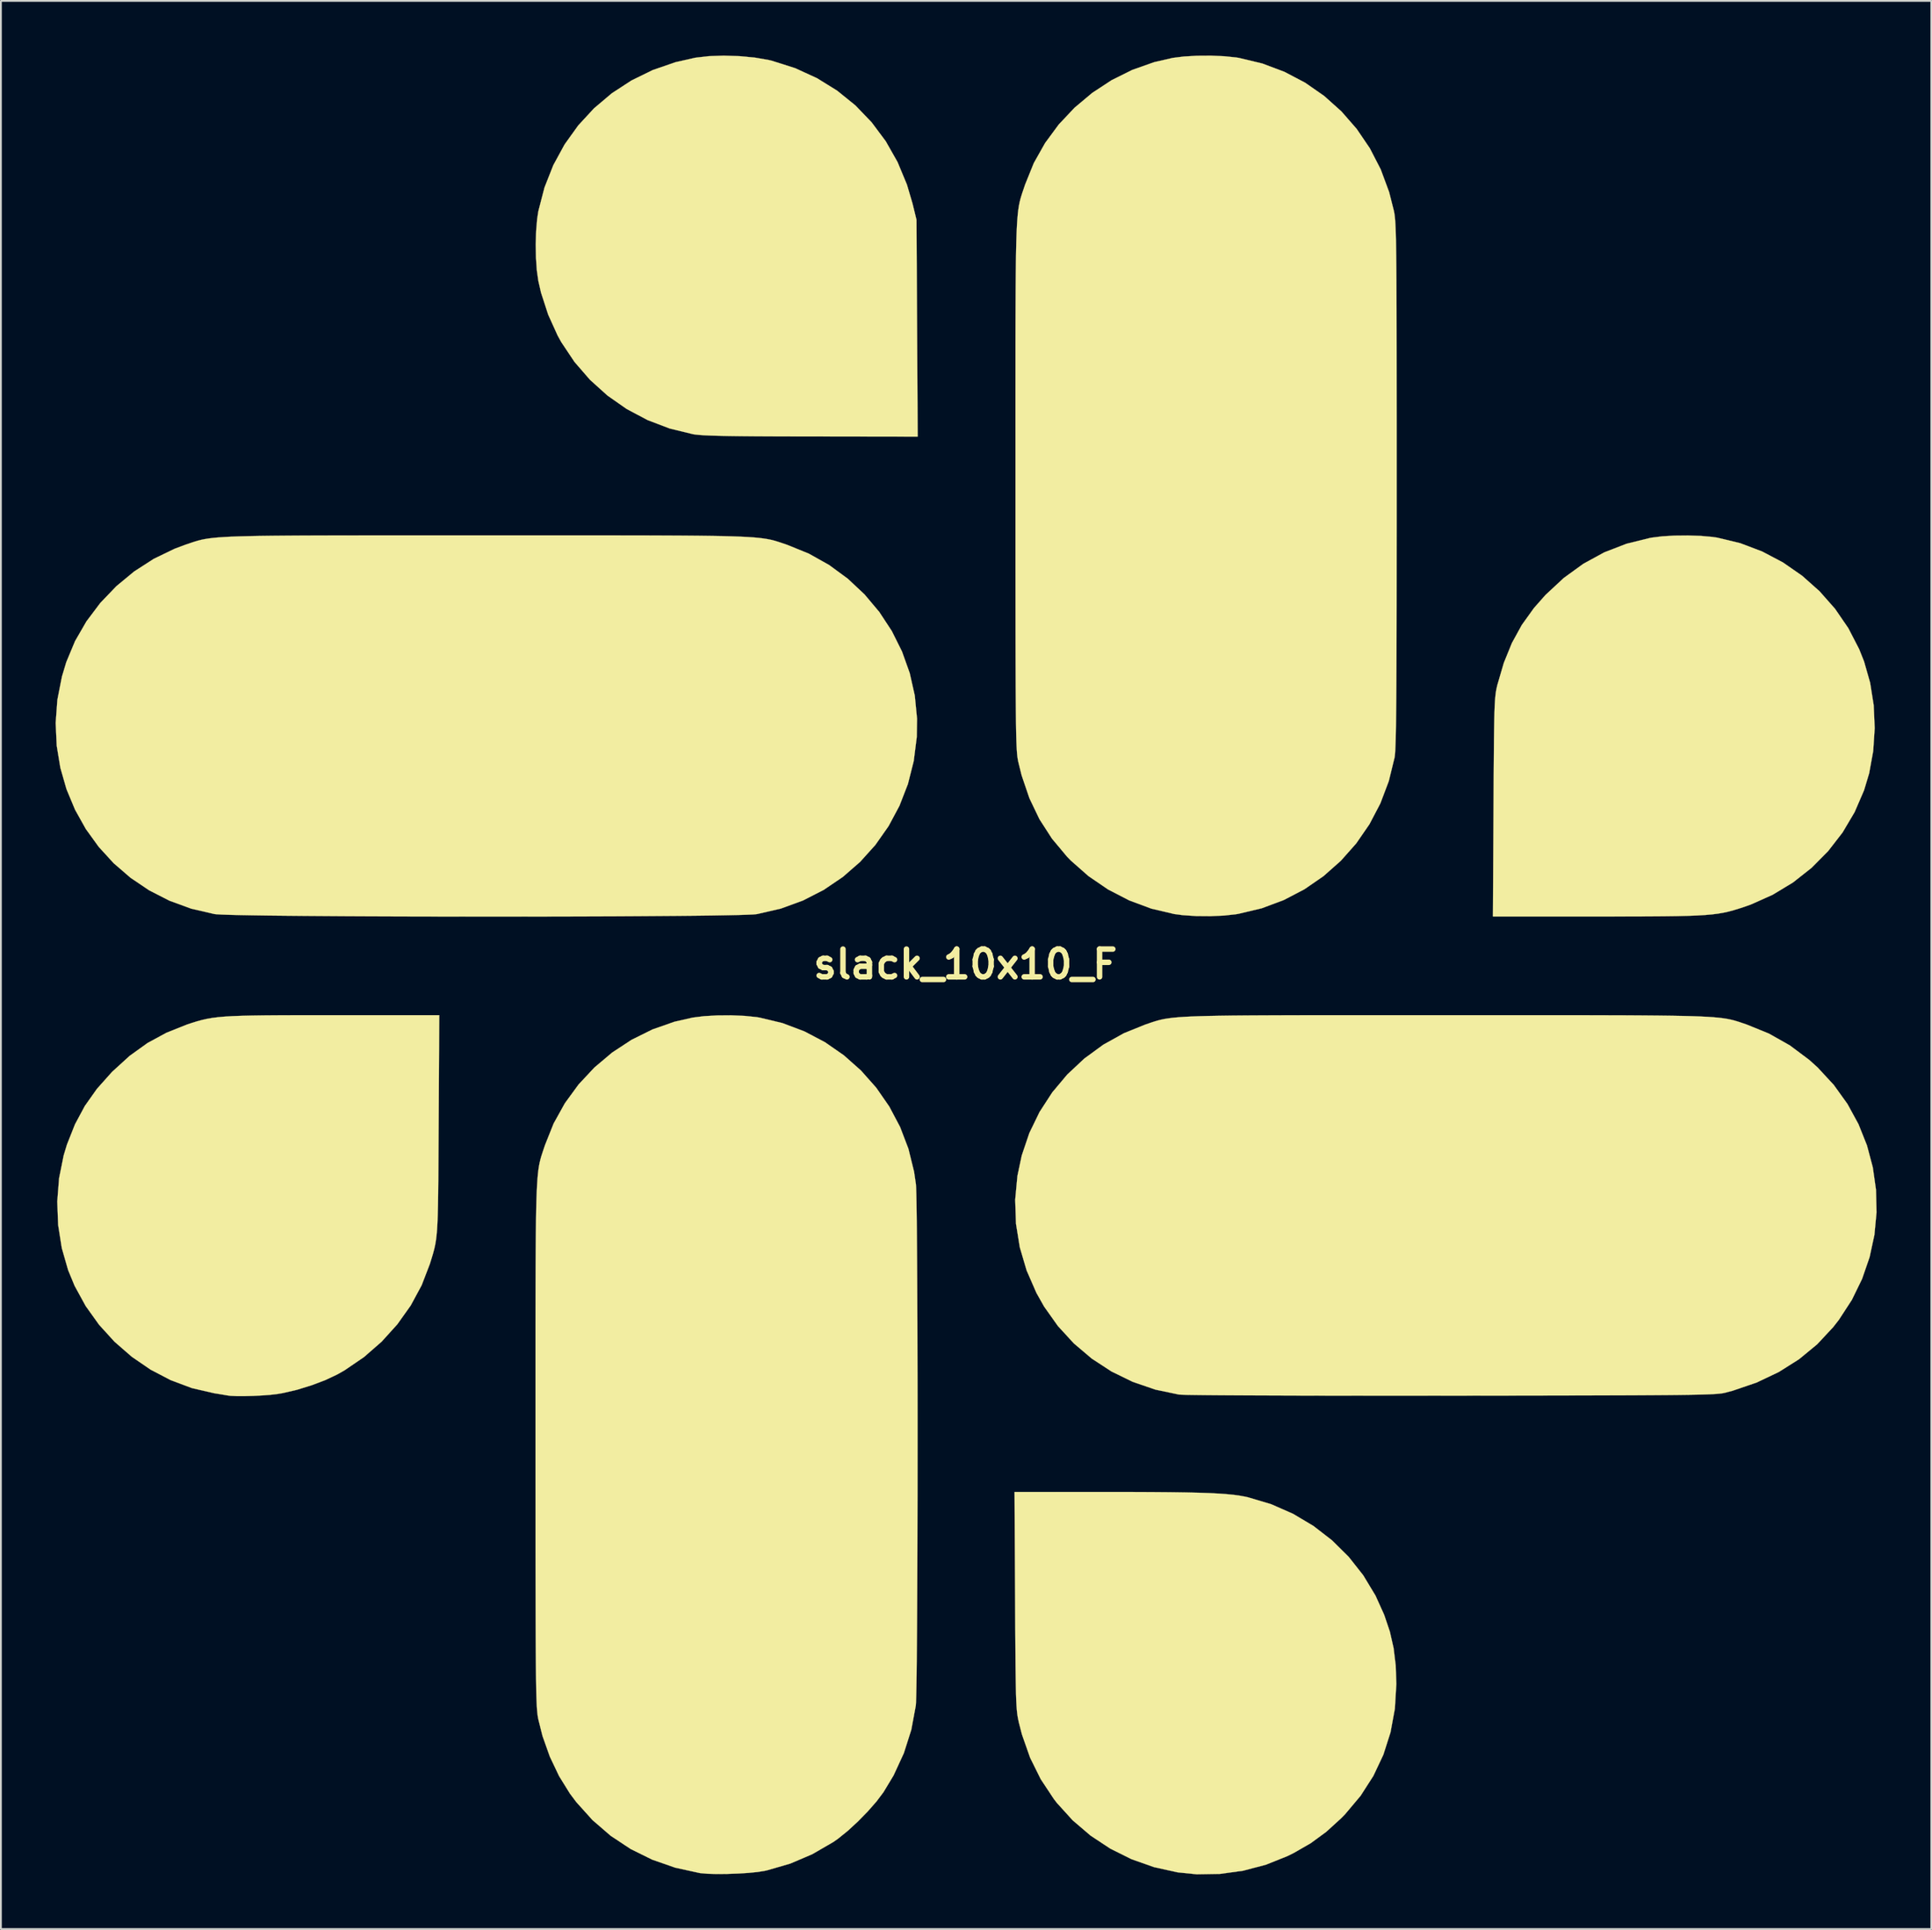
<source format=kicad_pcb>
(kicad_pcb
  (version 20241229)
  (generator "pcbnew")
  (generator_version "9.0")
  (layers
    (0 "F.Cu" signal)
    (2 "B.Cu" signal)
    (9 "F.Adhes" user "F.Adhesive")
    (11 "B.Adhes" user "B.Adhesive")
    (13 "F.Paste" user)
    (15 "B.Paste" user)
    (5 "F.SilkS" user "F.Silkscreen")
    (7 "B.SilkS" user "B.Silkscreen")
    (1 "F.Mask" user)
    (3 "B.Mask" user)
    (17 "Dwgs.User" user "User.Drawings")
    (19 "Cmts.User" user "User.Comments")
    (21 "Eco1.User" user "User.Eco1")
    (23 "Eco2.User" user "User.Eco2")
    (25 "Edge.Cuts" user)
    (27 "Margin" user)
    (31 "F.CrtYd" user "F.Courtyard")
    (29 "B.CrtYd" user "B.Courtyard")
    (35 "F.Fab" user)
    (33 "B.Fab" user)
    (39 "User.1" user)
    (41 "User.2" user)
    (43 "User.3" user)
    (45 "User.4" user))
  (footprint "slack_10x10_F"
    (layer "F.Cu")
    (at 49.91 49.866)
    (property "Reference" "slack_10x10_F" (at 0 0 0) (layer "F.SilkS") (effects (font (size 1.524 1.524) (thickness 0.3))))
    (attr through_hole)
    (fp_poly (pts (xy -12.388 -49.834) (xy -11.544 -49.754) (xy -10.785 -49.623) (xy -10.626 -49.585) (xy -9.338 -49.176) (xy -8.139 -48.626) (xy -7.034 -47.942) (xy -6.031 -47.131) (xy -5.14 -46.203) (xy -4.366 -45.165) (xy -3.719 -44.024) (xy -3.205 -42.789) (xy -2.898 -41.749) (xy -2.679 -40.852) (xy -2.647 -34.904) (xy -2.614 -28.956) (xy -8.44 -28.964) (xy -9.643 -28.966) (xy -10.689 -28.969) (xy -11.589 -28.974) (xy -12.356 -28.981) (xy -13 -28.99) (xy -13.535 -29.001) (xy -13.971 -29.014) (xy -14.321 -29.03) (xy -14.597 -29.049) (xy -14.811 -29.071) (xy -14.944 -29.091) (xy -16.217 -29.401) (xy -17.432 -29.864) (xy -18.575 -30.47) (xy -19.633 -31.21) (xy -20.592 -32.075) (xy -21.44 -33.054) (xy -22.164 -34.138) (xy -22.366 -34.503) (xy -22.884 -35.647) (xy -23.276 -36.851) (xy -23.426 -37.504) (xy -23.508 -38.083) (xy -23.555 -38.77) (xy -23.568 -39.507) (xy -23.546 -40.237) (xy -23.49 -40.902) (xy -23.426 -41.321) (xy -23.088 -42.625) (xy -22.604 -43.851) (xy -21.984 -44.99) (xy -21.236 -46.033) (xy -20.37 -46.972) (xy -19.394 -47.797) (xy -18.318 -48.499) (xy -17.15 -49.071) (xy -15.899 -49.503) (xy -14.817 -49.747) (xy -14.084 -49.833) (xy -13.255 -49.861) (xy -12.388 -49.834)) (stroke (width 0.01) (type solid)) (fill yes) (layer "F.SilkS"))
    (fp_poly (pts (xy 7.89 28.957) (xy 9.156 28.958) (xy 10.264 28.963) (xy 11.23 28.971) (xy 12.066 28.983) (xy 12.784 28.999) (xy 13.399 29.02) (xy 13.923 29.047) (xy 14.369 29.08) (xy 14.751 29.119) (xy 15.081 29.166) (xy 15.373 29.219) (xy 15.509 29.25) (xy 16.779 29.629) (xy 17.977 30.155) (xy 19.093 30.819) (xy 20.115 31.609) (xy 21.031 32.516) (xy 21.831 33.531) (xy 22.502 34.643) (xy 22.979 35.698) (xy 23.289 36.615) (xy 23.496 37.524) (xy 23.612 38.478) (xy 23.646 39.497) (xy 23.565 40.853) (xy 23.327 42.148) (xy 22.934 43.377) (xy 22.386 44.538) (xy 21.686 45.628) (xy 20.834 46.642) (xy 20.618 46.863) (xy 19.8 47.608) (xy 18.952 48.23) (xy 18.015 48.769) (xy 17.674 48.938) (xy 16.486 49.413) (xy 15.243 49.741) (xy 13.971 49.916) (xy 12.696 49.937) (xy 11.642 49.83) (xy 10.352 49.545) (xy 9.117 49.109) (xy 7.953 48.529) (xy 6.873 47.816) (xy 5.892 46.978) (xy 5.026 46.024) (xy 4.861 45.811) (xy 4.136 44.715) (xy 3.553 43.537) (xy 3.107 42.266) (xy 2.939 41.614) (xy 2.905 41.459) (xy 2.875 41.305) (xy 2.85 41.136) (xy 2.828 40.94) (xy 2.81 40.703) (xy 2.795 40.413) (xy 2.782 40.056) (xy 2.772 39.619) (xy 2.763 39.089) (xy 2.755 38.451) (xy 2.749 37.694) (xy 2.742 36.804) (xy 2.736 35.768) (xy 2.732 34.904) (xy 2.7 28.956) (xy 7.89 28.957)) (stroke (width 0.01) (type solid)) (fill yes) (layer "F.SilkS"))
    (fp_poly (pts (xy 40.361 -23.507) (xy 40.997 -23.45) (xy 41.25 -23.412) (xy 42.515 -23.108) (xy 43.721 -22.65) (xy 44.857 -22.051) (xy 45.909 -21.321) (xy 46.866 -20.469) (xy 47.715 -19.507) (xy 48.443 -18.445) (xy 49.038 -17.293) (xy 49.308 -16.614) (xy 49.64 -15.447) (xy 49.835 -14.216) (xy 49.89 -12.957) (xy 49.808 -11.701) (xy 49.587 -10.483) (xy 49.306 -9.548) (xy 48.788 -8.349) (xy 48.127 -7.233) (xy 47.335 -6.21) (xy 46.425 -5.292) (xy 45.408 -4.49) (xy 44.294 -3.816) (xy 43.097 -3.28) (xy 42.714 -3.145) (xy 42.417 -3.049) (xy 42.14 -2.964) (xy 41.871 -2.892) (xy 41.595 -2.831) (xy 41.299 -2.78) (xy 40.967 -2.738) (xy 40.586 -2.705) (xy 40.143 -2.678) (xy 39.622 -2.659) (xy 39.011 -2.644) (xy 38.294 -2.635) (xy 37.459 -2.629) (xy 36.49 -2.626) (xy 35.374 -2.625) (xy 34.651 -2.625) (xy 28.947 -2.625) (xy 28.979 -8.615) (xy 28.985 -9.771) (xy 28.991 -10.77) (xy 28.998 -11.627) (xy 29.004 -12.353) (xy 29.012 -12.962) (xy 29.021 -13.468) (xy 29.032 -13.882) (xy 29.045 -14.219) (xy 29.061 -14.492) (xy 29.08 -14.712) (xy 29.102 -14.895) (xy 29.127 -15.052) (xy 29.158 -15.196) (xy 29.188 -15.325) (xy 29.543 -16.538) (xy 29.986 -17.628) (xy 30.531 -18.621) (xy 31.195 -19.547) (xy 31.833 -20.27) (xy 32.833 -21.2) (xy 33.907 -21.978) (xy 35.053 -22.604) (xy 36.272 -23.076) (xy 37.563 -23.395) (xy 37.652 -23.411) (xy 38.233 -23.484) (xy 38.919 -23.524) (xy 39.648 -23.531) (xy 40.361 -23.507)) (stroke (width 0.01) (type solid)) (fill yes) (layer "F.SilkS"))
    (fp_poly (pts (xy -28.895 8.784) (xy -28.902 9.955) (xy -28.908 10.97) (xy -28.914 11.844) (xy -28.922 12.59) (xy -28.932 13.222) (xy -28.945 13.755) (xy -28.962 14.201) (xy -28.984 14.576) (xy -29.012 14.892) (xy -29.046 15.164) (xy -29.088 15.406) (xy -29.138 15.631) (xy -29.197 15.854) (xy -29.267 16.088) (xy -29.347 16.348) (xy -29.381 16.455) (xy -29.828 17.615) (xy -30.426 18.722) (xy -31.163 19.758) (xy -32.022 20.708) (xy -32.992 21.555) (xy -34.058 22.282) (xy -34.459 22.509) (xy -35.111 22.817) (xy -35.867 23.103) (xy -36.662 23.348) (xy -37.432 23.528) (xy -37.732 23.58) (xy -38.111 23.625) (xy -38.569 23.66) (xy -39.062 23.685) (xy -39.548 23.697) (xy -39.982 23.696) (xy -40.32 23.681) (xy -40.471 23.662) (xy -40.613 23.637) (xy -40.869 23.594) (xy -41.189 23.542) (xy -41.233 23.534) (xy -42.434 23.256) (xy -43.593 22.822) (xy -44.696 22.246) (xy -45.728 21.539) (xy -46.676 20.714) (xy -47.524 19.782) (xy -48.258 18.755) (xy -48.865 17.647) (xy -49.222 16.784) (xy -49.57 15.57) (xy -49.769 14.306) (xy -49.818 13.018) (xy -49.717 11.736) (xy -49.466 10.488) (xy -49.286 9.893) (xy -48.846 8.783) (xy -48.306 7.776) (xy -47.642 6.836) (xy -46.832 5.927) (xy -46.781 5.876) (xy -45.843 5.022) (xy -44.865 4.32) (xy -43.819 3.752) (xy -42.69 3.303) (xy -42.404 3.209) (xy -42.139 3.127) (xy -41.882 3.057) (xy -41.618 2.997) (xy -41.334 2.947) (xy -41.016 2.906) (xy -40.65 2.873) (xy -40.222 2.847) (xy -39.718 2.828) (xy -39.125 2.814) (xy -38.428 2.804) (xy -37.614 2.798) (xy -36.668 2.795) (xy -35.578 2.794) (xy -34.655 2.794) (xy -28.862 2.794) (xy -28.895 8.784)) (stroke (width 0.01) (type solid)) (fill yes) (layer "F.SilkS"))
    (fp_poly (pts (xy -21.173 -23.537) (xy -19.769 -23.537) (xy -18.502 -23.535) (xy -17.364 -23.533) (xy -16.347 -23.529) (xy -15.444 -23.524) (xy -14.645 -23.517) (xy -13.943 -23.508) (xy -13.331 -23.497) (xy -12.799 -23.483) (xy -12.341 -23.466) (xy -11.947 -23.447) (xy -11.61 -23.424) (xy -11.322 -23.398) (xy -11.075 -23.367) (xy -10.86 -23.333) (xy -10.67 -23.295) (xy -10.497 -23.252) (xy -10.333 -23.204) (xy -10.169 -23.152) (xy -9.997 -23.094) (xy -9.811 -23.03) (xy -9.787 -23.023) (xy -8.585 -22.534) (xy -7.469 -21.908) (xy -6.448 -21.158) (xy -5.529 -20.296) (xy -4.721 -19.334) (xy -4.033 -18.286) (xy -3.474 -17.164) (xy -3.051 -15.98) (xy -2.773 -14.746) (xy -2.649 -13.477) (xy -2.664 -12.472) (xy -2.831 -11.153) (xy -3.15 -9.891) (xy -3.614 -8.697) (xy -4.212 -7.58) (xy -4.936 -6.549) (xy -5.776 -5.616) (xy -6.724 -4.791) (xy -7.771 -4.082) (xy -8.907 -3.5) (xy -10.123 -3.056) (xy -11.411 -2.759) (xy -11.458 -2.751) (xy -11.649 -2.734) (xy -11.997 -2.719) (xy -12.493 -2.704) (xy -13.125 -2.691) (xy -13.882 -2.678) (xy -14.753 -2.667) (xy -15.726 -2.657) (xy -16.791 -2.649) (xy -17.937 -2.641) (xy -19.153 -2.634) (xy -20.427 -2.629) (xy -21.749 -2.625) (xy -23.108 -2.622) (xy -24.492 -2.62) (xy -25.89 -2.62) (xy -27.292 -2.62) (xy -28.686 -2.622) (xy -30.062 -2.624) (xy -31.408 -2.628) (xy -32.713 -2.633) (xy -33.966 -2.639) (xy -35.157 -2.647) (xy -36.274 -2.655) (xy -37.305 -2.665) (xy -38.241 -2.675) (xy -39.07 -2.687) (xy -39.781 -2.7) (xy -40.362 -2.714) (xy -40.804 -2.729) (xy -41.094 -2.746) (xy -41.196 -2.757) (xy -42.47 -3.052) (xy -43.666 -3.49) (xy -44.778 -4.059) (xy -45.799 -4.748) (xy -46.723 -5.546) (xy -47.542 -6.442) (xy -48.251 -7.424) (xy -48.842 -8.482) (xy -49.31 -9.604) (xy -49.647 -10.779) (xy -49.848 -11.996) (xy -49.905 -13.243) (xy -49.812 -14.51) (xy -49.562 -15.785) (xy -49.323 -16.581) (xy -48.843 -17.732) (xy -48.216 -18.819) (xy -47.456 -19.829) (xy -46.577 -20.747) (xy -45.596 -21.558) (xy -44.525 -22.248) (xy -43.381 -22.802) (xy -42.775 -23.028) (xy -42.588 -23.091) (xy -42.417 -23.149) (xy -42.254 -23.202) (xy -42.09 -23.25) (xy -41.919 -23.293) (xy -41.732 -23.331) (xy -41.521 -23.365) (xy -41.277 -23.396) (xy -40.994 -23.422) (xy -40.662 -23.445) (xy -40.274 -23.465) (xy -39.822 -23.482) (xy -39.298 -23.495) (xy -38.693 -23.507) (xy -38 -23.516) (xy -37.211 -23.523) (xy -36.317 -23.529) (xy -35.311 -23.532) (xy -34.185 -23.535) (xy -32.93 -23.536) (xy -31.538 -23.537) (xy -30.002 -23.537) (xy -28.314 -23.537) (xy -26.465 -23.537) (xy -26.289 -23.537) (xy -24.425 -23.537) (xy -22.722 -23.537) (xy -21.173 -23.537)) (stroke (width 0.01) (type solid)) (fill yes) (layer "F.SilkS"))
    (fp_poly (pts (xy 24.303 2.794) (xy 26.147 2.794) (xy 26.374 2.794) (xy 28.238 2.794) (xy 29.94 2.794) (xy 31.49 2.794) (xy 32.894 2.795) (xy 34.161 2.796) (xy 35.299 2.799) (xy 36.316 2.802) (xy 37.219 2.808) (xy 38.017 2.815) (xy 38.719 2.824) (xy 39.331 2.835) (xy 39.862 2.848) (xy 40.321 2.865) (xy 40.714 2.884) (xy 41.05 2.907) (xy 41.338 2.933) (xy 41.585 2.963) (xy 41.798 2.997) (xy 41.987 3.035) (xy 42.16 3.077) (xy 42.323 3.125) (xy 42.486 3.177) (xy 42.656 3.235) (xy 42.841 3.297) (xy 42.859 3.303) (xy 44.087 3.803) (xy 45.234 4.451) (xy 46.295 5.244) (xy 46.756 5.66) (xy 47.647 6.623) (xy 48.396 7.666) (xy 49.002 8.777) (xy 49.466 9.94) (xy 49.786 11.143) (xy 49.961 12.372) (xy 49.991 13.612) (xy 49.874 14.85) (xy 49.61 16.073) (xy 49.198 17.266) (xy 48.637 18.416) (xy 47.926 19.509) (xy 47.61 19.914) (xy 46.735 20.852) (xy 45.738 21.674) (xy 44.627 22.375) (xy 43.408 22.954) (xy 42.087 23.405) (xy 41.683 23.512) (xy 41.6 23.53) (xy 41.5 23.547) (xy 41.374 23.562) (xy 41.215 23.576) (xy 41.016 23.588) (xy 40.769 23.6) (xy 40.465 23.61) (xy 40.098 23.619) (xy 39.66 23.627) (xy 39.142 23.634) (xy 38.537 23.64) (xy 37.837 23.645) (xy 37.035 23.65) (xy 36.123 23.654) (xy 35.093 23.657) (xy 33.938 23.661) (xy 32.649 23.663) (xy 31.219 23.666) (xy 29.641 23.668) (xy 27.906 23.67) (xy 26.67 23.672) (xy 25.092 23.673) (xy 23.558 23.673) (xy 22.078 23.673) (xy 20.66 23.672) (xy 19.314 23.67) (xy 18.048 23.667) (xy 16.871 23.663) (xy 15.792 23.659) (xy 14.819 23.654) (xy 13.963 23.649) (xy 13.231 23.643) (xy 12.633 23.636) (xy 12.177 23.629) (xy 11.872 23.621) (xy 11.728 23.613) (xy 11.726 23.613) (xy 10.422 23.339) (xy 9.181 22.913) (xy 8.016 22.343) (xy 6.937 21.638) (xy 5.954 20.804) (xy 5.08 19.851) (xy 4.324 18.785) (xy 3.901 18.034) (xy 3.363 16.8) (xy 2.989 15.53) (xy 2.78 14.235) (xy 2.736 12.924) (xy 2.86 11.607) (xy 3.096 10.493) (xy 3.511 9.264) (xy 4.073 8.105) (xy 4.772 7.028) (xy 5.596 6.046) (xy 6.534 5.169) (xy 7.574 4.41) (xy 8.705 3.781) (xy 9.872 3.309) (xy 10.061 3.245) (xy 10.234 3.186) (xy 10.398 3.133) (xy 10.562 3.085) (xy 10.734 3.041) (xy 10.921 3.002) (xy 11.133 2.968) (xy 11.376 2.937) (xy 11.659 2.91) (xy 11.989 2.887) (xy 12.376 2.867) (xy 12.827 2.85) (xy 13.35 2.836) (xy 13.952 2.825) (xy 14.643 2.815) (xy 15.43 2.808) (xy 16.321 2.803) (xy 17.324 2.799) (xy 18.447 2.796) (xy 19.698 2.795) (xy 21.086 2.794) (xy 22.618 2.794) (xy 24.303 2.794)) (stroke (width 0.01) (type solid)) (fill yes) (layer "F.SilkS"))
    (fp_poly (pts (xy -12.111 2.832) (xy -11.456 2.899) (xy -11.293 2.925) (xy -10.029 3.229) (xy -8.83 3.682) (xy -7.706 4.273) (xy -6.668 4.993) (xy -5.727 5.828) (xy -4.891 6.77) (xy -4.172 7.807) (xy -3.579 8.928) (xy -3.123 10.122) (xy -2.813 11.379) (xy -2.712 12.065) (xy -2.7 12.257) (xy -2.689 12.606) (xy -2.679 13.101) (xy -2.67 13.732) (xy -2.661 14.486) (xy -2.654 15.353) (xy -2.647 16.321) (xy -2.641 17.38) (xy -2.636 18.517) (xy -2.631 19.722) (xy -2.628 20.983) (xy -2.625 22.289) (xy -2.623 23.629) (xy -2.622 24.991) (xy -2.622 26.365) (xy -2.623 27.739) (xy -2.624 29.102) (xy -2.627 30.442) (xy -2.63 31.748) (xy -2.634 33.01) (xy -2.639 34.215) (xy -2.644 35.353) (xy -2.65 36.412) (xy -2.658 37.381) (xy -2.666 38.249) (xy -2.674 39.005) (xy -2.684 39.636) (xy -2.694 40.133) (xy -2.705 40.484) (xy -2.717 40.677) (xy -2.718 40.682) (xy -2.964 42.007) (xy -3.372 43.288) (xy -3.936 44.511) (xy -4.491 45.432) (xy -4.872 45.939) (xy -5.353 46.488) (xy -5.892 47.039) (xy -6.447 47.551) (xy -6.979 47.981) (xy -7.239 48.164) (xy -8.399 48.836) (xy -9.603 49.35) (xy -10.878 49.72) (xy -11.007 49.749) (xy -11.391 49.81) (xy -11.893 49.86) (xy -12.465 49.896) (xy -13.062 49.917) (xy -13.636 49.922) (xy -14.142 49.908) (xy -14.532 49.874) (xy -14.573 49.868) (xy -15.915 49.575) (xy -17.181 49.133) (xy -18.364 48.548) (xy -19.457 47.824) (xy -20.452 46.965) (xy -21.341 45.977) (xy -21.693 45.508) (xy -22.287 44.549) (xy -22.795 43.48) (xy -23.196 42.35) (xy -23.428 41.425) (xy -23.448 41.323) (xy -23.465 41.209) (xy -23.481 41.076) (xy -23.496 40.916) (xy -23.509 40.721) (xy -23.52 40.483) (xy -23.531 40.194) (xy -23.54 39.846) (xy -23.547 39.432) (xy -23.554 38.943) (xy -23.56 38.372) (xy -23.565 37.711) (xy -23.569 36.951) (xy -23.572 36.085) (xy -23.574 35.106) (xy -23.576 34.004) (xy -23.578 32.773) (xy -23.579 31.404) (xy -23.579 29.889) (xy -23.58 28.221) (xy -23.58 26.391) (xy -23.58 26.374) (xy -23.58 24.517) (xy -23.58 22.821) (xy -23.58 21.278) (xy -23.58 19.881) (xy -23.578 18.62) (xy -23.576 17.489) (xy -23.573 16.478) (xy -23.568 15.581) (xy -23.562 14.789) (xy -23.553 14.093) (xy -23.543 13.486) (xy -23.53 12.96) (xy -23.514 12.506) (xy -23.495 12.118) (xy -23.473 11.785) (xy -23.448 11.501) (xy -23.419 11.258) (xy -23.386 11.047) (xy -23.348 10.86) (xy -23.306 10.69) (xy -23.26 10.528) (xy -23.208 10.366) (xy -23.152 10.196) (xy -23.089 10.01) (xy -23.064 9.934) (xy -22.588 8.741) (xy -21.968 7.624) (xy -21.217 6.595) (xy -20.349 5.665) (xy -19.376 4.844) (xy -18.311 4.145) (xy -17.166 3.577) (xy -15.956 3.153) (xy -14.953 2.925) (xy -14.334 2.848) (xy -13.613 2.807) (xy -12.851 2.801) (xy -12.111 2.832)) (stroke (width 0.01) (type solid)) (fill yes) (layer "F.SilkS"))
    (fp_poly (pts (xy 14.216 -49.829) (xy 14.866 -49.761) (xy 15.01 -49.738) (xy 16.294 -49.43) (xy 17.507 -48.974) (xy 18.641 -48.378) (xy 19.685 -47.652) (xy 20.632 -46.804) (xy 21.47 -45.843) (xy 22.192 -44.78) (xy 22.789 -43.622) (xy 23.25 -42.378) (xy 23.514 -41.335) (xy 23.533 -41.233) (xy 23.551 -41.119) (xy 23.567 -40.985) (xy 23.581 -40.824) (xy 23.594 -40.626) (xy 23.605 -40.386) (xy 23.616 -40.093) (xy 23.625 -39.742) (xy 23.632 -39.323) (xy 23.639 -38.829) (xy 23.645 -38.253) (xy 23.65 -37.585) (xy 23.653 -36.819) (xy 23.657 -35.946) (xy 23.659 -34.958) (xy 23.661 -33.848) (xy 23.662 -32.608) (xy 23.663 -31.229) (xy 23.664 -29.705) (xy 23.664 -28.026) (xy 23.664 -26.289) (xy 23.664 -24.404) (xy 23.663 -22.681) (xy 23.662 -21.113) (xy 23.661 -19.693) (xy 23.658 -18.413) (xy 23.655 -17.267) (xy 23.651 -16.248) (xy 23.647 -15.348) (xy 23.642 -14.559) (xy 23.635 -13.876) (xy 23.628 -13.291) (xy 23.62 -12.796) (xy 23.611 -12.385) (xy 23.6 -12.05) (xy 23.589 -11.784) (xy 23.576 -11.58) (xy 23.562 -11.431) (xy 23.549 -11.345) (xy 23.232 -10.05) (xy 22.769 -8.827) (xy 22.17 -7.684) (xy 21.445 -6.632) (xy 20.602 -5.681) (xy 19.653 -4.84) (xy 18.606 -4.118) (xy 17.472 -3.526) (xy 16.26 -3.073) (xy 14.981 -2.769) (xy 14.874 -2.751) (xy 14.207 -2.675) (xy 13.45 -2.641) (xy 12.669 -2.647) (xy 11.934 -2.696) (xy 11.467 -2.757) (xy 10.208 -3.053) (xy 8.99 -3.506) (xy 7.833 -4.104) (xy 6.758 -4.838) (xy 5.786 -5.694) (xy 5.579 -5.908) (xy 4.754 -6.896) (xy 4.069 -7.959) (xy 3.517 -9.111) (xy 3.09 -10.366) (xy 2.909 -11.096) (xy 2.889 -11.192) (xy 2.871 -11.298) (xy 2.854 -11.419) (xy 2.839 -11.564) (xy 2.826 -11.741) (xy 2.814 -11.958) (xy 2.803 -12.223) (xy 2.794 -12.543) (xy 2.786 -12.927) (xy 2.779 -13.382) (xy 2.773 -13.916) (xy 2.768 -14.537) (xy 2.763 -15.252) (xy 2.76 -16.071) (xy 2.757 -16.999) (xy 2.755 -18.047) (xy 2.754 -19.22) (xy 2.753 -20.528) (xy 2.752 -21.977) (xy 2.752 -23.576) (xy 2.752 -25.333) (xy 2.752 -26.247) (xy 2.752 -28.109) (xy 2.751 -29.81) (xy 2.751 -31.357) (xy 2.752 -32.76) (xy 2.752 -34.025) (xy 2.754 -35.161) (xy 2.758 -36.176) (xy 2.762 -37.078) (xy 2.768 -37.874) (xy 2.776 -38.574) (xy 2.787 -39.184) (xy 2.8 -39.714) (xy 2.815 -40.17) (xy 2.834 -40.562) (xy 2.856 -40.896) (xy 2.881 -41.182) (xy 2.91 -41.427) (xy 2.943 -41.639) (xy 2.981 -41.826) (xy 3.023 -41.996) (xy 3.07 -42.157) (xy 3.121 -42.318) (xy 3.178 -42.486) (xy 3.241 -42.67) (xy 3.283 -42.795) (xy 3.757 -43.967) (xy 4.376 -45.066) (xy 5.125 -46.083) (xy 5.992 -47.004) (xy 6.963 -47.819) (xy 8.024 -48.515) (xy 9.162 -49.081) (xy 10.362 -49.505) (xy 11.378 -49.738) (xy 11.998 -49.815) (xy 12.719 -49.856) (xy 13.48 -49.861) (xy 14.216 -49.829)) (stroke (width 0.01) (type solid)) (fill yes) (layer "F.SilkS")))
  (gr_rect
    (start -3 -3)
    (end 102.905 102.808)
    (stroke (width 0.1) (type default))
    (fill no)
    (layer "Edge.Cuts")))
</source>
